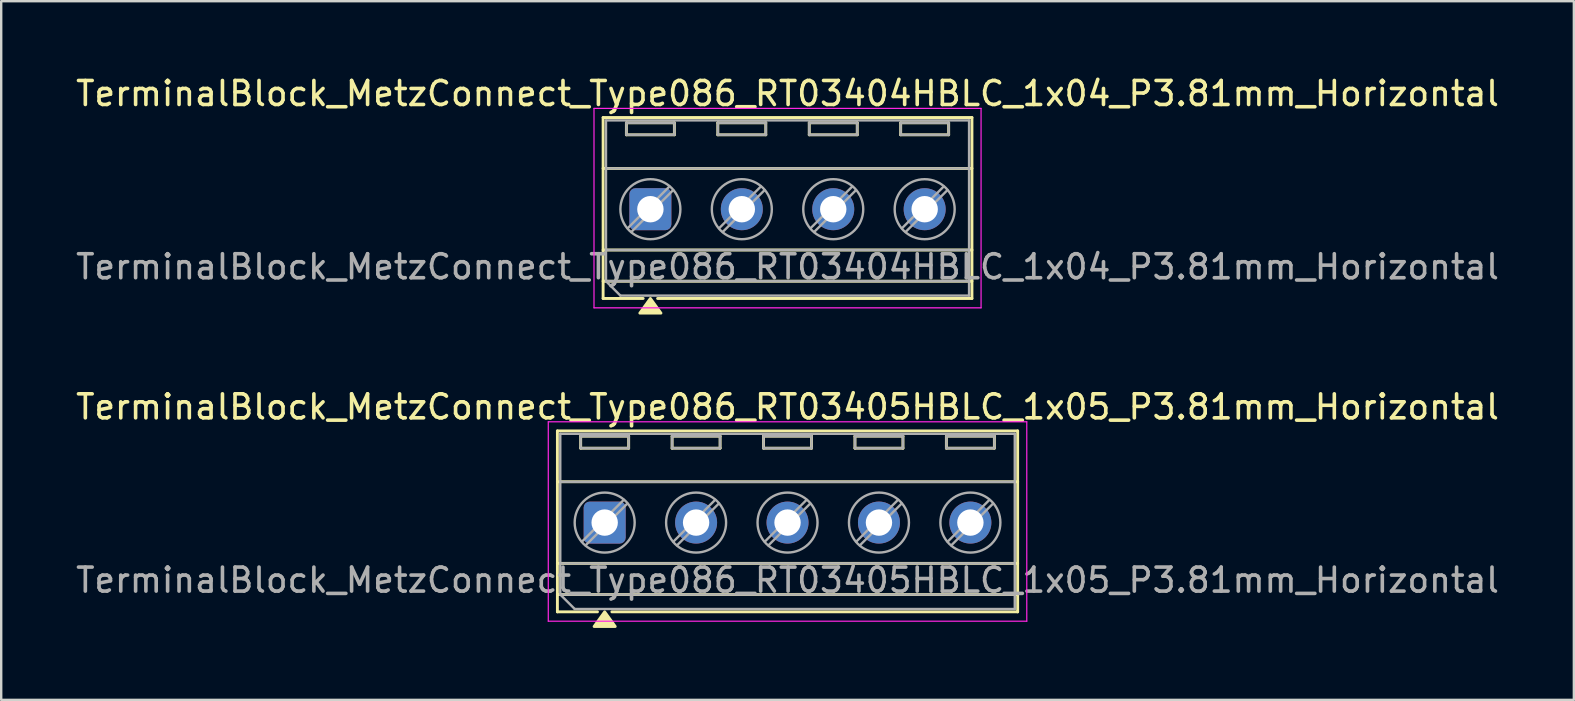
<source format=kicad_pcb>
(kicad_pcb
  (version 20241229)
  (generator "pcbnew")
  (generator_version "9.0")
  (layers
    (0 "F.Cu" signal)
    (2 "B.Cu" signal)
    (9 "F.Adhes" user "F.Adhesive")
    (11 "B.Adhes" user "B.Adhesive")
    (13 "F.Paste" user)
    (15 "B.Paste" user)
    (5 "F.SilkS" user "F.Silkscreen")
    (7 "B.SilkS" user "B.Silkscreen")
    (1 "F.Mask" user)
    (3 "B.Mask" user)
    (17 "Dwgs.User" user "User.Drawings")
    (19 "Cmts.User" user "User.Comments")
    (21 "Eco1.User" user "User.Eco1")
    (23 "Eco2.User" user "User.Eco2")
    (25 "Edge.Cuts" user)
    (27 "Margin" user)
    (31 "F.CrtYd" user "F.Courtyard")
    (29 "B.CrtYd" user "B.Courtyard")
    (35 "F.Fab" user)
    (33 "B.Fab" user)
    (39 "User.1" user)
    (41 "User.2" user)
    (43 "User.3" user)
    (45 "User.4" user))
  (footprint "TerminalBlock_MetzConnect_Type086_RT03404HBLC_1x04_P3.81mm_Horizontal"
    (layer "F.Cu")
    (at 24.053 5.668)
    (property "Reference" "TerminalBlock_MetzConnect_Type086_RT03404HBLC_1x04_P3.81mm_Horizontal" (at 5.715 -4.82 0) (layer "F.SilkS") (effects (font (size 1 1) (thickness 0.15))))
    (attr through_hole)
    (fp_line (start -1.97 -3.82) (end 13.4 -3.82) (stroke (width 0.12) (type solid)) (layer "F.SilkS"))
    (fp_line (start -1.97 -1.7) (end 13.4 -1.7) (stroke (width 0.12) (type solid)) (layer "F.SilkS"))
    (fp_line (start -1.97 1.7) (end 13.4 1.7) (stroke (width 0.12) (type solid)) (layer "F.SilkS"))
    (fp_line (start -1.97 3) (end 13.4 3) (stroke (width 0.12) (type solid)) (layer "F.SilkS"))
    (fp_line (start -1.97 3.72) (end -1.97 -3.82) (stroke (width 0.12) (type solid)) (layer "F.SilkS"))
    (fp_line (start -1 -3.6) (end 1 -3.6) (stroke (width 0.12) (type solid)) (layer "F.SilkS"))
    (fp_line (start -1 -3.1) (end -1 -3.6) (stroke (width 0.12) (type solid)) (layer "F.SilkS"))
    (fp_line (start -0.3 3.72) (end -1.97 3.72) (stroke (width 0.12) (type solid)) (layer "F.SilkS"))
    (fp_line (start 1 -3.6) (end 1 -3.1) (stroke (width 0.12) (type solid)) (layer "F.SilkS"))
    (fp_line (start 1 -3.1) (end -1 -3.1) (stroke (width 0.12) (type solid)) (layer "F.SilkS"))
    (fp_line (start 2.81 -3.6) (end 4.81 -3.6) (stroke (width 0.12) (type solid)) (layer "F.SilkS"))
    (fp_line (start 2.81 -3.1) (end 2.81 -3.6) (stroke (width 0.12) (type solid)) (layer "F.SilkS"))
    (fp_line (start 4.81 -3.6) (end 4.81 -3.1) (stroke (width 0.12) (type solid)) (layer "F.SilkS"))
    (fp_line (start 4.81 -3.1) (end 2.81 -3.1) (stroke (width 0.12) (type solid)) (layer "F.SilkS"))
    (fp_line (start 6.62 -3.6) (end 8.62 -3.6) (stroke (width 0.12) (type solid)) (layer "F.SilkS"))
    (fp_line (start 6.62 -3.1) (end 6.62 -3.6) (stroke (width 0.12) (type solid)) (layer "F.SilkS"))
    (fp_line (start 8.62 -3.6) (end 8.62 -3.1) (stroke (width 0.12) (type solid)) (layer "F.SilkS"))
    (fp_line (start 8.62 -3.1) (end 6.62 -3.1) (stroke (width 0.12) (type solid)) (layer "F.SilkS"))
    (fp_line (start 10.43 -3.6) (end 12.43 -3.6) (stroke (width 0.12) (type solid)) (layer "F.SilkS"))
    (fp_line (start 10.43 -3.1) (end 10.43 -3.6) (stroke (width 0.12) (type solid)) (layer "F.SilkS"))
    (fp_line (start 12.43 -3.6) (end 12.43 -3.1) (stroke (width 0.12) (type solid)) (layer "F.SilkS"))
    (fp_line (start 12.43 -3.1) (end 10.43 -3.1) (stroke (width 0.12) (type solid)) (layer "F.SilkS"))
    (fp_line (start 13.4 -3.82) (end 13.4 3.72) (stroke (width 0.12) (type solid)) (layer "F.SilkS"))
    (fp_line (start 13.4 3.72) (end 0.3 3.72) (stroke (width 0.12) (type solid)) (layer "F.SilkS"))
    (fp_poly (pts (xy 0 3.72) (xy 0.44 4.33) (xy -0.44 4.33)) (stroke (width 0.12) (type solid)) (fill yes) (layer "F.SilkS"))
    (fp_line (start -2.35 -4.2) (end -2.35 4.11) (stroke (width 0.05) (type solid)) (layer "F.CrtYd"))
    (fp_line (start -2.35 4.11) (end 13.78 4.11) (stroke (width 0.05) (type solid)) (layer "F.CrtYd"))
    (fp_line (start 13.78 -4.2) (end -2.35 -4.2) (stroke (width 0.05) (type solid)) (layer "F.CrtYd"))
    (fp_line (start 13.78 4.11) (end 13.78 -4.2) (stroke (width 0.05) (type solid)) (layer "F.CrtYd"))
    (fp_line (start -1.85 -3.7) (end 13.28 -3.7) (stroke (width 0.1) (type solid)) (layer "F.Fab"))
    (fp_line (start -1.85 -1.7) (end 13.28 -1.7) (stroke (width 0.1) (type solid)) (layer "F.Fab"))
    (fp_line (start -1.85 1.7) (end 13.28 1.7) (stroke (width 0.1) (type solid)) (layer "F.Fab"))
    (fp_line (start -1.85 3) (end -1.85 -3.7) (stroke (width 0.1) (type solid)) (layer "F.Fab"))
    (fp_line (start -1.85 3) (end 13.28 3) (stroke (width 0.1) (type solid)) (layer "F.Fab"))
    (fp_line (start -1.25 3.6) (end -1.85 3) (stroke (width 0.1) (type solid)) (layer "F.Fab"))
    (fp_line (start -1 -3.6) (end -1 -3.1) (stroke (width 0.1) (type solid)) (layer "F.Fab"))
    (fp_line (start -1 -3.1) (end 1 -3.1) (stroke (width 0.1) (type solid)) (layer "F.Fab"))
    (fp_line (start 0.795 -0.948) (end -0.948 0.795) (stroke (width 0.1) (type solid)) (layer "F.Fab"))
    (fp_line (start 0.948 -0.795) (end -0.795 0.948) (stroke (width 0.1) (type solid)) (layer "F.Fab"))
    (fp_line (start 1 -3.6) (end -1 -3.6) (stroke (width 0.1) (type solid)) (layer "F.Fab"))
    (fp_line (start 1 -3.1) (end 1 -3.6) (stroke (width 0.1) (type solid)) (layer "F.Fab"))
    (fp_line (start 2.81 -3.6) (end 2.81 -3.1) (stroke (width 0.1) (type solid)) (layer "F.Fab"))
    (fp_line (start 2.81 -3.1) (end 4.81 -3.1) (stroke (width 0.1) (type solid)) (layer "F.Fab"))
    (fp_line (start 4.605 -0.948) (end 2.862 0.795) (stroke (width 0.1) (type solid)) (layer "F.Fab"))
    (fp_line (start 4.758 -0.795) (end 3.015 0.948) (stroke (width 0.1) (type solid)) (layer "F.Fab"))
    (fp_line (start 4.81 -3.6) (end 2.81 -3.6) (stroke (width 0.1) (type solid)) (layer "F.Fab"))
    (fp_line (start 4.81 -3.1) (end 4.81 -3.6) (stroke (width 0.1) (type solid)) (layer "F.Fab"))
    (fp_line (start 6.62 -3.6) (end 6.62 -3.1) (stroke (width 0.1) (type solid)) (layer "F.Fab"))
    (fp_line (start 6.62 -3.1) (end 8.62 -3.1) (stroke (width 0.1) (type solid)) (layer "F.Fab"))
    (fp_line (start 8.415 -0.948) (end 6.672 0.795) (stroke (width 0.1) (type solid)) (layer "F.Fab"))
    (fp_line (start 8.568 -0.795) (end 6.825 0.948) (stroke (width 0.1) (type solid)) (layer "F.Fab"))
    (fp_line (start 8.62 -3.6) (end 6.62 -3.6) (stroke (width 0.1) (type solid)) (layer "F.Fab"))
    (fp_line (start 8.62 -3.1) (end 8.62 -3.6) (stroke (width 0.1) (type solid)) (layer "F.Fab"))
    (fp_line (start 10.43 -3.6) (end 10.43 -3.1) (stroke (width 0.1) (type solid)) (layer "F.Fab"))
    (fp_line (start 10.43 -3.1) (end 12.43 -3.1) (stroke (width 0.1) (type solid)) (layer "F.Fab"))
    (fp_line (start 12.225 -0.948) (end 10.482 0.795) (stroke (width 0.1) (type solid)) (layer "F.Fab"))
    (fp_line (start 12.378 -0.795) (end 10.635 0.948) (stroke (width 0.1) (type solid)) (layer "F.Fab"))
    (fp_line (start 12.43 -3.6) (end 10.43 -3.6) (stroke (width 0.1) (type solid)) (layer "F.Fab"))
    (fp_line (start 12.43 -3.1) (end 12.43 -3.6) (stroke (width 0.1) (type solid)) (layer "F.Fab"))
    (fp_line (start 13.28 -3.7) (end 13.28 3.6) (stroke (width 0.1) (type solid)) (layer "F.Fab"))
    (fp_line (start 13.28 3.6) (end -1.25 3.6) (stroke (width 0.1) (type solid)) (layer "F.Fab"))
    (fp_circle (center 0 0) (end 1.25 0) (stroke (width 0.1) (type solid)) (fill no) (layer "F.Fab"))
    (fp_circle (center 3.81 0) (end 5.06 0) (stroke (width 0.1) (type solid)) (fill no) (layer "F.Fab"))
    (fp_circle (center 7.62 0) (end 8.87 0) (stroke (width 0.1) (type solid)) (fill no) (layer "F.Fab"))
    (fp_circle (center 11.43 0) (end 12.68 0) (stroke (width 0.1) (type solid)) (fill no) (layer "F.Fab"))
    (fp_text user "${REFERENCE}" (at 5.715 2.4 0) (layer "F.Fab") (effects (font (size 1 1) (thickness 0.15))))
    (pad "1" thru_hole roundrect (at 0 0) (size 1.75 1.75) (drill 1.1) (layers "*.Cu" "*.Mask") (roundrect_rratio 0.143))
    (pad "2" thru_hole circle (at 3.81 0) (size 1.75 1.75) (drill 1.1) (layers "*.Cu" "*.Mask"))
    (pad "3" thru_hole circle (at 7.62 0) (size 1.75 1.75) (drill 1.1) (layers "*.Cu" "*.Mask"))
    (pad "4" thru_hole circle (at 11.43 0) (size 1.75 1.75) (drill 1.1) (layers "*.Cu" "*.Mask")))
  (footprint "TerminalBlock_MetzConnect_Type086_RT03405HBLC_1x05_P3.81mm_Horizontal"
    (layer "F.Cu")
    (at 22.148 18.727)
    (property "Reference" "TerminalBlock_MetzConnect_Type086_RT03405HBLC_1x05_P3.81mm_Horizontal" (at 7.62 -4.82 0) (layer "F.SilkS") (effects (font (size 1 1) (thickness 0.15))))
    (attr through_hole)
    (fp_line (start -1.97 -3.82) (end 17.21 -3.82) (stroke (width 0.12) (type solid)) (layer "F.SilkS"))
    (fp_line (start -1.97 -1.7) (end 17.21 -1.7) (stroke (width 0.12) (type solid)) (layer "F.SilkS"))
    (fp_line (start -1.97 1.7) (end 17.21 1.7) (stroke (width 0.12) (type solid)) (layer "F.SilkS"))
    (fp_line (start -1.97 3) (end 17.21 3) (stroke (width 0.12) (type solid)) (layer "F.SilkS"))
    (fp_line (start -1.97 3.72) (end -1.97 -3.82) (stroke (width 0.12) (type solid)) (layer "F.SilkS"))
    (fp_line (start -1 -3.6) (end 1 -3.6) (stroke (width 0.12) (type solid)) (layer "F.SilkS"))
    (fp_line (start -1 -3.1) (end -1 -3.6) (stroke (width 0.12) (type solid)) (layer "F.SilkS"))
    (fp_line (start -0.3 3.72) (end -1.97 3.72) (stroke (width 0.12) (type solid)) (layer "F.SilkS"))
    (fp_line (start 1 -3.6) (end 1 -3.1) (stroke (width 0.12) (type solid)) (layer "F.SilkS"))
    (fp_line (start 1 -3.1) (end -1 -3.1) (stroke (width 0.12) (type solid)) (layer "F.SilkS"))
    (fp_line (start 2.81 -3.6) (end 4.81 -3.6) (stroke (width 0.12) (type solid)) (layer "F.SilkS"))
    (fp_line (start 2.81 -3.1) (end 2.81 -3.6) (stroke (width 0.12) (type solid)) (layer "F.SilkS"))
    (fp_line (start 4.81 -3.6) (end 4.81 -3.1) (stroke (width 0.12) (type solid)) (layer "F.SilkS"))
    (fp_line (start 4.81 -3.1) (end 2.81 -3.1) (stroke (width 0.12) (type solid)) (layer "F.SilkS"))
    (fp_line (start 6.62 -3.6) (end 8.62 -3.6) (stroke (width 0.12) (type solid)) (layer "F.SilkS"))
    (fp_line (start 6.62 -3.1) (end 6.62 -3.6) (stroke (width 0.12) (type solid)) (layer "F.SilkS"))
    (fp_line (start 8.62 -3.6) (end 8.62 -3.1) (stroke (width 0.12) (type solid)) (layer "F.SilkS"))
    (fp_line (start 8.62 -3.1) (end 6.62 -3.1) (stroke (width 0.12) (type solid)) (layer "F.SilkS"))
    (fp_line (start 10.43 -3.6) (end 12.43 -3.6) (stroke (width 0.12) (type solid)) (layer "F.SilkS"))
    (fp_line (start 10.43 -3.1) (end 10.43 -3.6) (stroke (width 0.12) (type solid)) (layer "F.SilkS"))
    (fp_line (start 12.43 -3.6) (end 12.43 -3.1) (stroke (width 0.12) (type solid)) (layer "F.SilkS"))
    (fp_line (start 12.43 -3.1) (end 10.43 -3.1) (stroke (width 0.12) (type solid)) (layer "F.SilkS"))
    (fp_line (start 14.24 -3.6) (end 16.24 -3.6) (stroke (width 0.12) (type solid)) (layer "F.SilkS"))
    (fp_line (start 14.24 -3.1) (end 14.24 -3.6) (stroke (width 0.12) (type solid)) (layer "F.SilkS"))
    (fp_line (start 16.24 -3.6) (end 16.24 -3.1) (stroke (width 0.12) (type solid)) (layer "F.SilkS"))
    (fp_line (start 16.24 -3.1) (end 14.24 -3.1) (stroke (width 0.12) (type solid)) (layer "F.SilkS"))
    (fp_line (start 17.21 -3.82) (end 17.21 3.72) (stroke (width 0.12) (type solid)) (layer "F.SilkS"))
    (fp_line (start 17.21 3.72) (end 0.3 3.72) (stroke (width 0.12) (type solid)) (layer "F.SilkS"))
    (fp_poly (pts (xy 0 3.72) (xy 0.44 4.33) (xy -0.44 4.33)) (stroke (width 0.12) (type solid)) (fill yes) (layer "F.SilkS"))
    (fp_line (start -2.35 -4.2) (end -2.35 4.11) (stroke (width 0.05) (type solid)) (layer "F.CrtYd"))
    (fp_line (start -2.35 4.11) (end 17.59 4.11) (stroke (width 0.05) (type solid)) (layer "F.CrtYd"))
    (fp_line (start 17.59 -4.2) (end -2.35 -4.2) (stroke (width 0.05) (type solid)) (layer "F.CrtYd"))
    (fp_line (start 17.59 4.11) (end 17.59 -4.2) (stroke (width 0.05) (type solid)) (layer "F.CrtYd"))
    (fp_line (start -1.85 -3.7) (end 17.09 -3.7) (stroke (width 0.1) (type solid)) (layer "F.Fab"))
    (fp_line (start -1.85 -1.7) (end 17.09 -1.7) (stroke (width 0.1) (type solid)) (layer "F.Fab"))
    (fp_line (start -1.85 1.7) (end 17.09 1.7) (stroke (width 0.1) (type solid)) (layer "F.Fab"))
    (fp_line (start -1.85 3) (end -1.85 -3.7) (stroke (width 0.1) (type solid)) (layer "F.Fab"))
    (fp_line (start -1.85 3) (end 17.09 3) (stroke (width 0.1) (type solid)) (layer "F.Fab"))
    (fp_line (start -1.25 3.6) (end -1.85 3) (stroke (width 0.1) (type solid)) (layer "F.Fab"))
    (fp_line (start -1 -3.6) (end -1 -3.1) (stroke (width 0.1) (type solid)) (layer "F.Fab"))
    (fp_line (start -1 -3.1) (end 1 -3.1) (stroke (width 0.1) (type solid)) (layer "F.Fab"))
    (fp_line (start 0.795 -0.948) (end -0.948 0.795) (stroke (width 0.1) (type solid)) (layer "F.Fab"))
    (fp_line (start 0.948 -0.795) (end -0.795 0.948) (stroke (width 0.1) (type solid)) (layer "F.Fab"))
    (fp_line (start 1 -3.6) (end -1 -3.6) (stroke (width 0.1) (type solid)) (layer "F.Fab"))
    (fp_line (start 1 -3.1) (end 1 -3.6) (stroke (width 0.1) (type solid)) (layer "F.Fab"))
    (fp_line (start 2.81 -3.6) (end 2.81 -3.1) (stroke (width 0.1) (type solid)) (layer "F.Fab"))
    (fp_line (start 2.81 -3.1) (end 4.81 -3.1) (stroke (width 0.1) (type solid)) (layer "F.Fab"))
    (fp_line (start 4.605 -0.948) (end 2.862 0.795) (stroke (width 0.1) (type solid)) (layer "F.Fab"))
    (fp_line (start 4.758 -0.795) (end 3.015 0.948) (stroke (width 0.1) (type solid)) (layer "F.Fab"))
    (fp_line (start 4.81 -3.6) (end 2.81 -3.6) (stroke (width 0.1) (type solid)) (layer "F.Fab"))
    (fp_line (start 4.81 -3.1) (end 4.81 -3.6) (stroke (width 0.1) (type solid)) (layer "F.Fab"))
    (fp_line (start 6.62 -3.6) (end 6.62 -3.1) (stroke (width 0.1) (type solid)) (layer "F.Fab"))
    (fp_line (start 6.62 -3.1) (end 8.62 -3.1) (stroke (width 0.1) (type solid)) (layer "F.Fab"))
    (fp_line (start 8.415 -0.948) (end 6.672 0.795) (stroke (width 0.1) (type solid)) (layer "F.Fab"))
    (fp_line (start 8.568 -0.795) (end 6.825 0.948) (stroke (width 0.1) (type solid)) (layer "F.Fab"))
    (fp_line (start 8.62 -3.6) (end 6.62 -3.6) (stroke (width 0.1) (type solid)) (layer "F.Fab"))
    (fp_line (start 8.62 -3.1) (end 8.62 -3.6) (stroke (width 0.1) (type solid)) (layer "F.Fab"))
    (fp_line (start 10.43 -3.6) (end 10.43 -3.1) (stroke (width 0.1) (type solid)) (layer "F.Fab"))
    (fp_line (start 10.43 -3.1) (end 12.43 -3.1) (stroke (width 0.1) (type solid)) (layer "F.Fab"))
    (fp_line (start 12.225 -0.948) (end 10.482 0.795) (stroke (width 0.1) (type solid)) (layer "F.Fab"))
    (fp_line (start 12.378 -0.795) (end 10.635 0.948) (stroke (width 0.1) (type solid)) (layer "F.Fab"))
    (fp_line (start 12.43 -3.6) (end 10.43 -3.6) (stroke (width 0.1) (type solid)) (layer "F.Fab"))
    (fp_line (start 12.43 -3.1) (end 12.43 -3.6) (stroke (width 0.1) (type solid)) (layer "F.Fab"))
    (fp_line (start 14.24 -3.6) (end 14.24 -3.1) (stroke (width 0.1) (type solid)) (layer "F.Fab"))
    (fp_line (start 14.24 -3.1) (end 16.24 -3.1) (stroke (width 0.1) (type solid)) (layer "F.Fab"))
    (fp_line (start 16.035 -0.948) (end 14.292 0.795) (stroke (width 0.1) (type solid)) (layer "F.Fab"))
    (fp_line (start 16.188 -0.795) (end 14.445 0.948) (stroke (width 0.1) (type solid)) (layer "F.Fab"))
    (fp_line (start 16.24 -3.6) (end 14.24 -3.6) (stroke (width 0.1) (type solid)) (layer "F.Fab"))
    (fp_line (start 16.24 -3.1) (end 16.24 -3.6) (stroke (width 0.1) (type solid)) (layer "F.Fab"))
    (fp_line (start 17.09 -3.7) (end 17.09 3.6) (stroke (width 0.1) (type solid)) (layer "F.Fab"))
    (fp_line (start 17.09 3.6) (end -1.25 3.6) (stroke (width 0.1) (type solid)) (layer "F.Fab"))
    (fp_circle (center 0 0) (end 1.25 0) (stroke (width 0.1) (type solid)) (fill no) (layer "F.Fab"))
    (fp_circle (center 3.81 0) (end 5.06 0) (stroke (width 0.1) (type solid)) (fill no) (layer "F.Fab"))
    (fp_circle (center 7.62 0) (end 8.87 0) (stroke (width 0.1) (type solid)) (fill no) (layer "F.Fab"))
    (fp_circle (center 11.43 0) (end 12.68 0) (stroke (width 0.1) (type solid)) (fill no) (layer "F.Fab"))
    (fp_circle (center 15.24 0) (end 16.49 0) (stroke (width 0.1) (type solid)) (fill no) (layer "F.Fab"))
    (fp_text user "${REFERENCE}" (at 7.62 2.4 0) (layer "F.Fab") (effects (font (size 1 1) (thickness 0.15))))
    (pad "1" thru_hole roundrect (at 0 0) (size 1.75 1.75) (drill 1.1) (layers "*.Cu" "*.Mask") (roundrect_rratio 0.143))
    (pad "2" thru_hole circle (at 3.81 0) (size 1.75 1.75) (drill 1.1) (layers "*.Cu" "*.Mask"))
    (pad "3" thru_hole circle (at 7.62 0) (size 1.75 1.75) (drill 1.1) (layers "*.Cu" "*.Mask"))
    (pad "4" thru_hole circle (at 11.43 0) (size 1.75 1.75) (drill 1.1) (layers "*.Cu" "*.Mask"))
    (pad "5" thru_hole circle (at 15.24 0) (size 1.75 1.75) (drill 1.1) (layers "*.Cu" "*.Mask")))
  (gr_rect
    (start -3 -3)
    (end 62.536 26.116)
    (stroke (width 0.1) (type default))
    (fill no)
    (layer "Edge.Cuts")))
</source>
